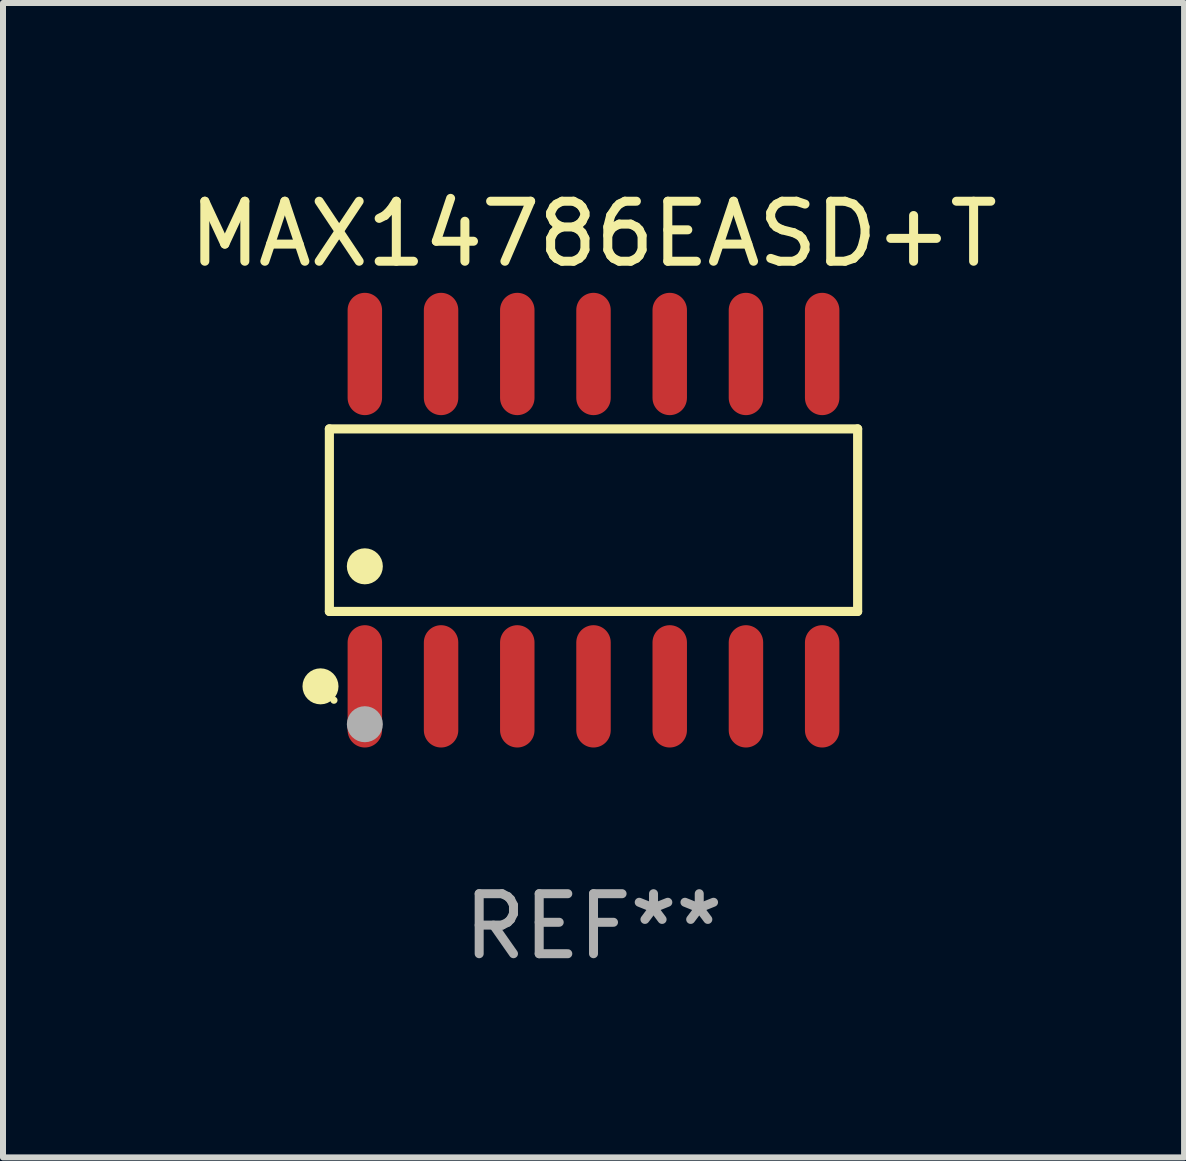
<source format=kicad_pcb>
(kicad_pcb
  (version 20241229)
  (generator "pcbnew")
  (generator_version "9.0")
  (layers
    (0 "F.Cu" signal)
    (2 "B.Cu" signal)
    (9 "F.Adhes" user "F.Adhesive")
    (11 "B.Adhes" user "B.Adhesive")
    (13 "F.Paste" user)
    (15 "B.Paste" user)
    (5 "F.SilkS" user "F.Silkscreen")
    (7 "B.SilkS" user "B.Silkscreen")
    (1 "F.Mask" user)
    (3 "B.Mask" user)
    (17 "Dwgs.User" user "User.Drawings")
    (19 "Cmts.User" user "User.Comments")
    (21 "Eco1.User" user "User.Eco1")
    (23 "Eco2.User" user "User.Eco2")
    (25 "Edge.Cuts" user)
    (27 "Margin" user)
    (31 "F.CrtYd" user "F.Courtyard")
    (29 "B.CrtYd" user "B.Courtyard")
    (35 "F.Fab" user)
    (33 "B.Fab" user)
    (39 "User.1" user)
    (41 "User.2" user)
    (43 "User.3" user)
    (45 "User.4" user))
  (footprint "MAX14786EASD+T"
    (layer "F.Cu")
    (at 6.839 5.617)
    (property "Reference" "MAX14786EASD+T" (at 0 -4.769 0) (layer "F.SilkS") (effects (font (size 1 1) (thickness 0.15))))
    (attr through_hole)
    (fp_line (start -4.401 -1.521) (end 4.401 -1.521) (stroke (width 0.152) (type solid)) (layer "F.SilkS"))
    (fp_line (start -4.401 1.521) (end -4.401 -1.521) (stroke (width 0.152) (type solid)) (layer "F.SilkS"))
    (fp_line (start 4.401 -1.521) (end 4.401 1.521) (stroke (width 0.152) (type solid)) (layer "F.SilkS"))
    (fp_line (start 4.401 1.521) (end -4.401 1.521) (stroke (width 0.152) (type solid)) (layer "F.SilkS"))
    (fp_circle (center -4.549 2.769) (end -4.399 2.769) (stroke (width 0.3) (type solid)) (fill no) (layer "F.SilkS"))
    (fp_circle (center -4.325 3) (end -4.295 3) (stroke (width 0.06) (type solid)) (fill no) (layer "F.SilkS"))
    (fp_circle (center -3.81 0.769) (end -3.66 0.769) (stroke (width 0.3) (type solid)) (fill no) (layer "F.SilkS"))
    (fp_circle (center -3.81 3.4) (end -3.66 3.4) (stroke (width 0.3) (type solid)) (fill no) (layer "F.Fab"))
    (fp_text user "REF**" (at 0 6.769 0) (layer "F.Fab") (effects (font (size 1 1) (thickness 0.15))))
    (pad "1" smd oval (at -3.81 2.769) (size 0.574 2.038) (layers "F.Cu" "F.Mask" "F.Paste"))
    (pad "2" smd oval (at -2.54 2.769) (size 0.574 2.038) (layers "F.Cu" "F.Mask" "F.Paste"))
    (pad "3" smd oval (at -1.27 2.769) (size 0.574 2.038) (layers "F.Cu" "F.Mask" "F.Paste"))
    (pad "4" smd oval (at 0 2.769) (size 0.574 2.038) (layers "F.Cu" "F.Mask" "F.Paste"))
    (pad "5" smd oval (at 1.27 2.769) (size 0.574 2.038) (layers "F.Cu" "F.Mask" "F.Paste"))
    (pad "6" smd oval (at 2.54 2.769) (size 0.574 2.038) (layers "F.Cu" "F.Mask" "F.Paste"))
    (pad "7" smd oval (at 3.81 2.769) (size 0.574 2.038) (layers "F.Cu" "F.Mask" "F.Paste"))
    (pad "8" smd oval (at 3.81 -2.769) (size 0.574 2.038) (layers "F.Cu" "F.Mask" "F.Paste"))
    (pad "9" smd oval (at 2.54 -2.769) (size 0.574 2.038) (layers "F.Cu" "F.Mask" "F.Paste"))
    (pad "10" smd oval (at 1.27 -2.769) (size 0.574 2.038) (layers "F.Cu" "F.Mask" "F.Paste"))
    (pad "11" smd oval (at 0 -2.769) (size 0.574 2.038) (layers "F.Cu" "F.Mask" "F.Paste"))
    (pad "12" smd oval (at -1.27 -2.769) (size 0.574 2.038) (layers "F.Cu" "F.Mask" "F.Paste"))
    (pad "13" smd oval (at -2.54 -2.769) (size 0.574 2.038) (layers "F.Cu" "F.Mask" "F.Paste"))
    (pad "14" smd oval (at -3.81 -2.769) (size 0.574 2.038) (layers "F.Cu" "F.Mask" "F.Paste")))
  (gr_rect
    (start -3 -3)
    (end 16.679 16.235)
    (stroke (width 0.1) (type default))
    (fill no)
    (layer "Edge.Cuts")))
</source>
